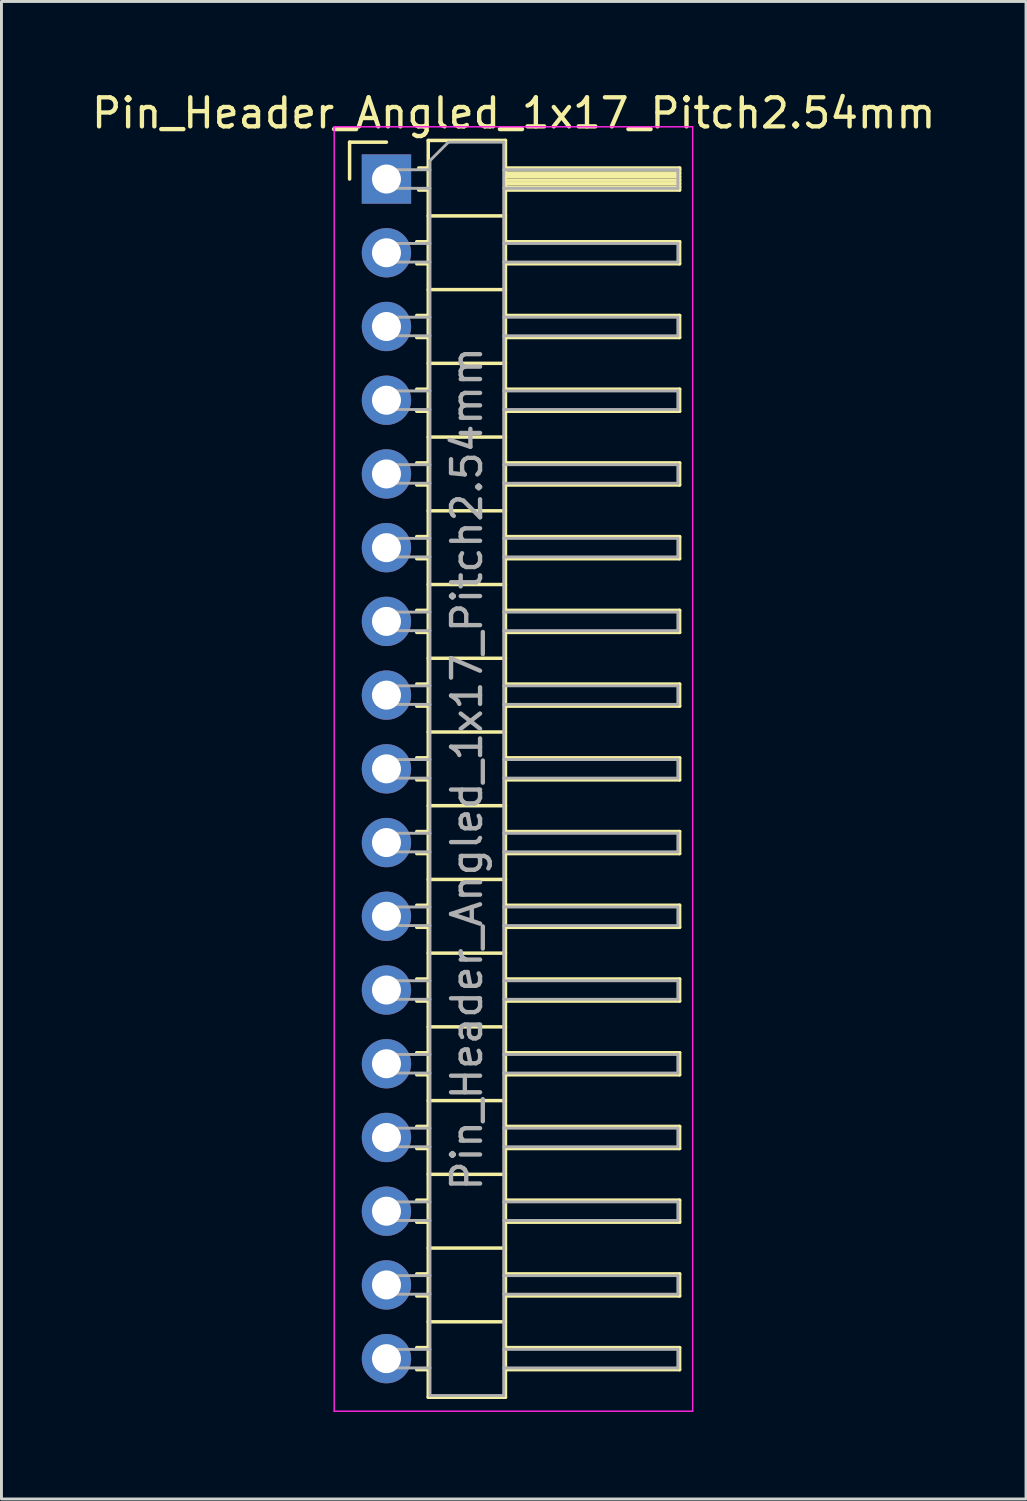
<source format=kicad_pcb>
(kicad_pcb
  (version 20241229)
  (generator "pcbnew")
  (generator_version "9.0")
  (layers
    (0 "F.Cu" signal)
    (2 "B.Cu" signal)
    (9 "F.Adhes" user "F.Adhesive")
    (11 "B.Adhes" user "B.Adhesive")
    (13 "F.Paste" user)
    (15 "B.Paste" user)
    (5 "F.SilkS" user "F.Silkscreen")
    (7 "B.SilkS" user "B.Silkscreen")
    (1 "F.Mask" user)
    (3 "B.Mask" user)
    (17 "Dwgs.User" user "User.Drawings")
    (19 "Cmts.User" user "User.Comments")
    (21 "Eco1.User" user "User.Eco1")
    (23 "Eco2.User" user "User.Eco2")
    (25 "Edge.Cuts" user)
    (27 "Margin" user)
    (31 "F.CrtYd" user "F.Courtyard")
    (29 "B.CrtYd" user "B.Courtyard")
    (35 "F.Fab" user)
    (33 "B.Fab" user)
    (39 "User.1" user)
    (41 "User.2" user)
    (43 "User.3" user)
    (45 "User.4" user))
  (footprint "Pin_Header_Angled_1x17_Pitch2.54mm"
    (layer "F.Cu")
    (at 10.264 3.118)
    (property "Reference" "Pin_Header_Angled_1x17_Pitch2.54mm" (at 4.385 -2.27 0) (layer "F.SilkS") (effects (font (size 1 1) (thickness 0.15))))
    (attr through_hole)
    (fp_line (start -1.27 -1.27) (end 0 -1.27) (stroke (width 0.12) (type solid)) (layer "F.SilkS"))
    (fp_line (start -1.27 0) (end -1.27 -1.27) (stroke (width 0.12) (type solid)) (layer "F.SilkS"))
    (fp_line (start 1.043 2.16) (end 1.44 2.16) (stroke (width 0.12) (type solid)) (layer "F.SilkS"))
    (fp_line (start 1.043 2.92) (end 1.44 2.92) (stroke (width 0.12) (type solid)) (layer "F.SilkS"))
    (fp_line (start 1.043 4.7) (end 1.44 4.7) (stroke (width 0.12) (type solid)) (layer "F.SilkS"))
    (fp_line (start 1.043 5.46) (end 1.44 5.46) (stroke (width 0.12) (type solid)) (layer "F.SilkS"))
    (fp_line (start 1.043 7.24) (end 1.44 7.24) (stroke (width 0.12) (type solid)) (layer "F.SilkS"))
    (fp_line (start 1.043 8) (end 1.44 8) (stroke (width 0.12) (type solid)) (layer "F.SilkS"))
    (fp_line (start 1.043 9.78) (end 1.44 9.78) (stroke (width 0.12) (type solid)) (layer "F.SilkS"))
    (fp_line (start 1.043 10.54) (end 1.44 10.54) (stroke (width 0.12) (type solid)) (layer "F.SilkS"))
    (fp_line (start 1.043 12.32) (end 1.44 12.32) (stroke (width 0.12) (type solid)) (layer "F.SilkS"))
    (fp_line (start 1.043 13.08) (end 1.44 13.08) (stroke (width 0.12) (type solid)) (layer "F.SilkS"))
    (fp_line (start 1.043 14.86) (end 1.44 14.86) (stroke (width 0.12) (type solid)) (layer "F.SilkS"))
    (fp_line (start 1.043 15.62) (end 1.44 15.62) (stroke (width 0.12) (type solid)) (layer "F.SilkS"))
    (fp_line (start 1.043 17.4) (end 1.44 17.4) (stroke (width 0.12) (type solid)) (layer "F.SilkS"))
    (fp_line (start 1.043 18.16) (end 1.44 18.16) (stroke (width 0.12) (type solid)) (layer "F.SilkS"))
    (fp_line (start 1.043 19.94) (end 1.44 19.94) (stroke (width 0.12) (type solid)) (layer "F.SilkS"))
    (fp_line (start 1.043 20.7) (end 1.44 20.7) (stroke (width 0.12) (type solid)) (layer "F.SilkS"))
    (fp_line (start 1.043 22.48) (end 1.44 22.48) (stroke (width 0.12) (type solid)) (layer "F.SilkS"))
    (fp_line (start 1.043 23.24) (end 1.44 23.24) (stroke (width 0.12) (type solid)) (layer "F.SilkS"))
    (fp_line (start 1.043 25.02) (end 1.44 25.02) (stroke (width 0.12) (type solid)) (layer "F.SilkS"))
    (fp_line (start 1.043 25.78) (end 1.44 25.78) (stroke (width 0.12) (type solid)) (layer "F.SilkS"))
    (fp_line (start 1.043 27.56) (end 1.44 27.56) (stroke (width 0.12) (type solid)) (layer "F.SilkS"))
    (fp_line (start 1.043 28.32) (end 1.44 28.32) (stroke (width 0.12) (type solid)) (layer "F.SilkS"))
    (fp_line (start 1.043 30.1) (end 1.44 30.1) (stroke (width 0.12) (type solid)) (layer "F.SilkS"))
    (fp_line (start 1.043 30.86) (end 1.44 30.86) (stroke (width 0.12) (type solid)) (layer "F.SilkS"))
    (fp_line (start 1.043 32.64) (end 1.44 32.64) (stroke (width 0.12) (type solid)) (layer "F.SilkS"))
    (fp_line (start 1.043 33.4) (end 1.44 33.4) (stroke (width 0.12) (type solid)) (layer "F.SilkS"))
    (fp_line (start 1.043 35.18) (end 1.44 35.18) (stroke (width 0.12) (type solid)) (layer "F.SilkS"))
    (fp_line (start 1.043 35.94) (end 1.44 35.94) (stroke (width 0.12) (type solid)) (layer "F.SilkS"))
    (fp_line (start 1.043 37.72) (end 1.44 37.72) (stroke (width 0.12) (type solid)) (layer "F.SilkS"))
    (fp_line (start 1.043 38.48) (end 1.44 38.48) (stroke (width 0.12) (type solid)) (layer "F.SilkS"))
    (fp_line (start 1.043 40.26) (end 1.44 40.26) (stroke (width 0.12) (type solid)) (layer "F.SilkS"))
    (fp_line (start 1.043 41.02) (end 1.44 41.02) (stroke (width 0.12) (type solid)) (layer "F.SilkS"))
    (fp_line (start 1.11 -0.38) (end 1.44 -0.38) (stroke (width 0.12) (type solid)) (layer "F.SilkS"))
    (fp_line (start 1.11 0.38) (end 1.44 0.38) (stroke (width 0.12) (type solid)) (layer "F.SilkS"))
    (fp_line (start 1.44 -1.33) (end 1.44 41.97) (stroke (width 0.12) (type solid)) (layer "F.SilkS"))
    (fp_line (start 1.44 1.27) (end 4.1 1.27) (stroke (width 0.12) (type solid)) (layer "F.SilkS"))
    (fp_line (start 1.44 3.81) (end 4.1 3.81) (stroke (width 0.12) (type solid)) (layer "F.SilkS"))
    (fp_line (start 1.44 6.35) (end 4.1 6.35) (stroke (width 0.12) (type solid)) (layer "F.SilkS"))
    (fp_line (start 1.44 8.89) (end 4.1 8.89) (stroke (width 0.12) (type solid)) (layer "F.SilkS"))
    (fp_line (start 1.44 11.43) (end 4.1 11.43) (stroke (width 0.12) (type solid)) (layer "F.SilkS"))
    (fp_line (start 1.44 13.97) (end 4.1 13.97) (stroke (width 0.12) (type solid)) (layer "F.SilkS"))
    (fp_line (start 1.44 16.51) (end 4.1 16.51) (stroke (width 0.12) (type solid)) (layer "F.SilkS"))
    (fp_line (start 1.44 19.05) (end 4.1 19.05) (stroke (width 0.12) (type solid)) (layer "F.SilkS"))
    (fp_line (start 1.44 21.59) (end 4.1 21.59) (stroke (width 0.12) (type solid)) (layer "F.SilkS"))
    (fp_line (start 1.44 24.13) (end 4.1 24.13) (stroke (width 0.12) (type solid)) (layer "F.SilkS"))
    (fp_line (start 1.44 26.67) (end 4.1 26.67) (stroke (width 0.12) (type solid)) (layer "F.SilkS"))
    (fp_line (start 1.44 29.21) (end 4.1 29.21) (stroke (width 0.12) (type solid)) (layer "F.SilkS"))
    (fp_line (start 1.44 31.75) (end 4.1 31.75) (stroke (width 0.12) (type solid)) (layer "F.SilkS"))
    (fp_line (start 1.44 34.29) (end 4.1 34.29) (stroke (width 0.12) (type solid)) (layer "F.SilkS"))
    (fp_line (start 1.44 36.83) (end 4.1 36.83) (stroke (width 0.12) (type solid)) (layer "F.SilkS"))
    (fp_line (start 1.44 39.37) (end 4.1 39.37) (stroke (width 0.12) (type solid)) (layer "F.SilkS"))
    (fp_line (start 1.44 41.97) (end 4.1 41.97) (stroke (width 0.12) (type solid)) (layer "F.SilkS"))
    (fp_line (start 4.1 -1.33) (end 1.44 -1.33) (stroke (width 0.12) (type solid)) (layer "F.SilkS"))
    (fp_line (start 4.1 -0.38) (end 10.1 -0.38) (stroke (width 0.12) (type solid)) (layer "F.SilkS"))
    (fp_line (start 4.1 -0.32) (end 10.1 -0.32) (stroke (width 0.12) (type solid)) (layer "F.SilkS"))
    (fp_line (start 4.1 -0.2) (end 10.1 -0.2) (stroke (width 0.12) (type solid)) (layer "F.SilkS"))
    (fp_line (start 4.1 -0.08) (end 10.1 -0.08) (stroke (width 0.12) (type solid)) (layer "F.SilkS"))
    (fp_line (start 4.1 0.04) (end 10.1 0.04) (stroke (width 0.12) (type solid)) (layer "F.SilkS"))
    (fp_line (start 4.1 0.16) (end 10.1 0.16) (stroke (width 0.12) (type solid)) (layer "F.SilkS"))
    (fp_line (start 4.1 0.28) (end 10.1 0.28) (stroke (width 0.12) (type solid)) (layer "F.SilkS"))
    (fp_line (start 4.1 2.16) (end 10.1 2.16) (stroke (width 0.12) (type solid)) (layer "F.SilkS"))
    (fp_line (start 4.1 4.7) (end 10.1 4.7) (stroke (width 0.12) (type solid)) (layer "F.SilkS"))
    (fp_line (start 4.1 7.24) (end 10.1 7.24) (stroke (width 0.12) (type solid)) (layer "F.SilkS"))
    (fp_line (start 4.1 9.78) (end 10.1 9.78) (stroke (width 0.12) (type solid)) (layer "F.SilkS"))
    (fp_line (start 4.1 12.32) (end 10.1 12.32) (stroke (width 0.12) (type solid)) (layer "F.SilkS"))
    (fp_line (start 4.1 14.86) (end 10.1 14.86) (stroke (width 0.12) (type solid)) (layer "F.SilkS"))
    (fp_line (start 4.1 17.4) (end 10.1 17.4) (stroke (width 0.12) (type solid)) (layer "F.SilkS"))
    (fp_line (start 4.1 19.94) (end 10.1 19.94) (stroke (width 0.12) (type solid)) (layer "F.SilkS"))
    (fp_line (start 4.1 22.48) (end 10.1 22.48) (stroke (width 0.12) (type solid)) (layer "F.SilkS"))
    (fp_line (start 4.1 25.02) (end 10.1 25.02) (stroke (width 0.12) (type solid)) (layer "F.SilkS"))
    (fp_line (start 4.1 27.56) (end 10.1 27.56) (stroke (width 0.12) (type solid)) (layer "F.SilkS"))
    (fp_line (start 4.1 30.1) (end 10.1 30.1) (stroke (width 0.12) (type solid)) (layer "F.SilkS"))
    (fp_line (start 4.1 32.64) (end 10.1 32.64) (stroke (width 0.12) (type solid)) (layer "F.SilkS"))
    (fp_line (start 4.1 35.18) (end 10.1 35.18) (stroke (width 0.12) (type solid)) (layer "F.SilkS"))
    (fp_line (start 4.1 37.72) (end 10.1 37.72) (stroke (width 0.12) (type solid)) (layer "F.SilkS"))
    (fp_line (start 4.1 40.26) (end 10.1 40.26) (stroke (width 0.12) (type solid)) (layer "F.SilkS"))
    (fp_line (start 4.1 41.97) (end 4.1 -1.33) (stroke (width 0.12) (type solid)) (layer "F.SilkS"))
    (fp_line (start 10.1 -0.38) (end 10.1 0.38) (stroke (width 0.12) (type solid)) (layer "F.SilkS"))
    (fp_line (start 10.1 0.38) (end 4.1 0.38) (stroke (width 0.12) (type solid)) (layer "F.SilkS"))
    (fp_line (start 10.1 2.16) (end 10.1 2.92) (stroke (width 0.12) (type solid)) (layer "F.SilkS"))
    (fp_line (start 10.1 2.92) (end 4.1 2.92) (stroke (width 0.12) (type solid)) (layer "F.SilkS"))
    (fp_line (start 10.1 4.7) (end 10.1 5.46) (stroke (width 0.12) (type solid)) (layer "F.SilkS"))
    (fp_line (start 10.1 5.46) (end 4.1 5.46) (stroke (width 0.12) (type solid)) (layer "F.SilkS"))
    (fp_line (start 10.1 7.24) (end 10.1 8) (stroke (width 0.12) (type solid)) (layer "F.SilkS"))
    (fp_line (start 10.1 8) (end 4.1 8) (stroke (width 0.12) (type solid)) (layer "F.SilkS"))
    (fp_line (start 10.1 9.78) (end 10.1 10.54) (stroke (width 0.12) (type solid)) (layer "F.SilkS"))
    (fp_line (start 10.1 10.54) (end 4.1 10.54) (stroke (width 0.12) (type solid)) (layer "F.SilkS"))
    (fp_line (start 10.1 12.32) (end 10.1 13.08) (stroke (width 0.12) (type solid)) (layer "F.SilkS"))
    (fp_line (start 10.1 13.08) (end 4.1 13.08) (stroke (width 0.12) (type solid)) (layer "F.SilkS"))
    (fp_line (start 10.1 14.86) (end 10.1 15.62) (stroke (width 0.12) (type solid)) (layer "F.SilkS"))
    (fp_line (start 10.1 15.62) (end 4.1 15.62) (stroke (width 0.12) (type solid)) (layer "F.SilkS"))
    (fp_line (start 10.1 17.4) (end 10.1 18.16) (stroke (width 0.12) (type solid)) (layer "F.SilkS"))
    (fp_line (start 10.1 18.16) (end 4.1 18.16) (stroke (width 0.12) (type solid)) (layer "F.SilkS"))
    (fp_line (start 10.1 19.94) (end 10.1 20.7) (stroke (width 0.12) (type solid)) (layer "F.SilkS"))
    (fp_line (start 10.1 20.7) (end 4.1 20.7) (stroke (width 0.12) (type solid)) (layer "F.SilkS"))
    (fp_line (start 10.1 22.48) (end 10.1 23.24) (stroke (width 0.12) (type solid)) (layer "F.SilkS"))
    (fp_line (start 10.1 23.24) (end 4.1 23.24) (stroke (width 0.12) (type solid)) (layer "F.SilkS"))
    (fp_line (start 10.1 25.02) (end 10.1 25.78) (stroke (width 0.12) (type solid)) (layer "F.SilkS"))
    (fp_line (start 10.1 25.78) (end 4.1 25.78) (stroke (width 0.12) (type solid)) (layer "F.SilkS"))
    (fp_line (start 10.1 27.56) (end 10.1 28.32) (stroke (width 0.12) (type solid)) (layer "F.SilkS"))
    (fp_line (start 10.1 28.32) (end 4.1 28.32) (stroke (width 0.12) (type solid)) (layer "F.SilkS"))
    (fp_line (start 10.1 30.1) (end 10.1 30.86) (stroke (width 0.12) (type solid)) (layer "F.SilkS"))
    (fp_line (start 10.1 30.86) (end 4.1 30.86) (stroke (width 0.12) (type solid)) (layer "F.SilkS"))
    (fp_line (start 10.1 32.64) (end 10.1 33.4) (stroke (width 0.12) (type solid)) (layer "F.SilkS"))
    (fp_line (start 10.1 33.4) (end 4.1 33.4) (stroke (width 0.12) (type solid)) (layer "F.SilkS"))
    (fp_line (start 10.1 35.18) (end 10.1 35.94) (stroke (width 0.12) (type solid)) (layer "F.SilkS"))
    (fp_line (start 10.1 35.94) (end 4.1 35.94) (stroke (width 0.12) (type solid)) (layer "F.SilkS"))
    (fp_line (start 10.1 37.72) (end 10.1 38.48) (stroke (width 0.12) (type solid)) (layer "F.SilkS"))
    (fp_line (start 10.1 38.48) (end 4.1 38.48) (stroke (width 0.12) (type solid)) (layer "F.SilkS"))
    (fp_line (start 10.1 40.26) (end 10.1 41.02) (stroke (width 0.12) (type solid)) (layer "F.SilkS"))
    (fp_line (start 10.1 41.02) (end 4.1 41.02) (stroke (width 0.12) (type solid)) (layer "F.SilkS"))
    (fp_line (start -1.8 -1.8) (end -1.8 42.45) (stroke (width 0.05) (type solid)) (layer "F.CrtYd"))
    (fp_line (start -1.8 42.45) (end 10.55 42.45) (stroke (width 0.05) (type solid)) (layer "F.CrtYd"))
    (fp_line (start 10.55 -1.8) (end -1.8 -1.8) (stroke (width 0.05) (type solid)) (layer "F.CrtYd"))
    (fp_line (start 10.55 42.45) (end 10.55 -1.8) (stroke (width 0.05) (type solid)) (layer "F.CrtYd"))
    (fp_line (start -0.32 -0.32) (end -0.32 0.32) (stroke (width 0.1) (type solid)) (layer "F.Fab"))
    (fp_line (start -0.32 -0.32) (end 1.5 -0.32) (stroke (width 0.1) (type solid)) (layer "F.Fab"))
    (fp_line (start -0.32 0.32) (end 1.5 0.32) (stroke (width 0.1) (type solid)) (layer "F.Fab"))
    (fp_line (start -0.32 2.22) (end -0.32 2.86) (stroke (width 0.1) (type solid)) (layer "F.Fab"))
    (fp_line (start -0.32 2.22) (end 1.5 2.22) (stroke (width 0.1) (type solid)) (layer "F.Fab"))
    (fp_line (start -0.32 2.86) (end 1.5 2.86) (stroke (width 0.1) (type solid)) (layer "F.Fab"))
    (fp_line (start -0.32 4.76) (end -0.32 5.4) (stroke (width 0.1) (type solid)) (layer "F.Fab"))
    (fp_line (start -0.32 4.76) (end 1.5 4.76) (stroke (width 0.1) (type solid)) (layer "F.Fab"))
    (fp_line (start -0.32 5.4) (end 1.5 5.4) (stroke (width 0.1) (type solid)) (layer "F.Fab"))
    (fp_line (start -0.32 7.3) (end -0.32 7.94) (stroke (width 0.1) (type solid)) (layer "F.Fab"))
    (fp_line (start -0.32 7.3) (end 1.5 7.3) (stroke (width 0.1) (type solid)) (layer "F.Fab"))
    (fp_line (start -0.32 7.94) (end 1.5 7.94) (stroke (width 0.1) (type solid)) (layer "F.Fab"))
    (fp_line (start -0.32 9.84) (end -0.32 10.48) (stroke (width 0.1) (type solid)) (layer "F.Fab"))
    (fp_line (start -0.32 9.84) (end 1.5 9.84) (stroke (width 0.1) (type solid)) (layer "F.Fab"))
    (fp_line (start -0.32 10.48) (end 1.5 10.48) (stroke (width 0.1) (type solid)) (layer "F.Fab"))
    (fp_line (start -0.32 12.38) (end -0.32 13.02) (stroke (width 0.1) (type solid)) (layer "F.Fab"))
    (fp_line (start -0.32 12.38) (end 1.5 12.38) (stroke (width 0.1) (type solid)) (layer "F.Fab"))
    (fp_line (start -0.32 13.02) (end 1.5 13.02) (stroke (width 0.1) (type solid)) (layer "F.Fab"))
    (fp_line (start -0.32 14.92) (end -0.32 15.56) (stroke (width 0.1) (type solid)) (layer "F.Fab"))
    (fp_line (start -0.32 14.92) (end 1.5 14.92) (stroke (width 0.1) (type solid)) (layer "F.Fab"))
    (fp_line (start -0.32 15.56) (end 1.5 15.56) (stroke (width 0.1) (type solid)) (layer "F.Fab"))
    (fp_line (start -0.32 17.46) (end -0.32 18.1) (stroke (width 0.1) (type solid)) (layer "F.Fab"))
    (fp_line (start -0.32 17.46) (end 1.5 17.46) (stroke (width 0.1) (type solid)) (layer "F.Fab"))
    (fp_line (start -0.32 18.1) (end 1.5 18.1) (stroke (width 0.1) (type solid)) (layer "F.Fab"))
    (fp_line (start -0.32 20) (end -0.32 20.64) (stroke (width 0.1) (type solid)) (layer "F.Fab"))
    (fp_line (start -0.32 20) (end 1.5 20) (stroke (width 0.1) (type solid)) (layer "F.Fab"))
    (fp_line (start -0.32 20.64) (end 1.5 20.64) (stroke (width 0.1) (type solid)) (layer "F.Fab"))
    (fp_line (start -0.32 22.54) (end -0.32 23.18) (stroke (width 0.1) (type solid)) (layer "F.Fab"))
    (fp_line (start -0.32 22.54) (end 1.5 22.54) (stroke (width 0.1) (type solid)) (layer "F.Fab"))
    (fp_line (start -0.32 23.18) (end 1.5 23.18) (stroke (width 0.1) (type solid)) (layer "F.Fab"))
    (fp_line (start -0.32 25.08) (end -0.32 25.72) (stroke (width 0.1) (type solid)) (layer "F.Fab"))
    (fp_line (start -0.32 25.08) (end 1.5 25.08) (stroke (width 0.1) (type solid)) (layer "F.Fab"))
    (fp_line (start -0.32 25.72) (end 1.5 25.72) (stroke (width 0.1) (type solid)) (layer "F.Fab"))
    (fp_line (start -0.32 27.62) (end -0.32 28.26) (stroke (width 0.1) (type solid)) (layer "F.Fab"))
    (fp_line (start -0.32 27.62) (end 1.5 27.62) (stroke (width 0.1) (type solid)) (layer "F.Fab"))
    (fp_line (start -0.32 28.26) (end 1.5 28.26) (stroke (width 0.1) (type solid)) (layer "F.Fab"))
    (fp_line (start -0.32 30.16) (end -0.32 30.8) (stroke (width 0.1) (type solid)) (layer "F.Fab"))
    (fp_line (start -0.32 30.16) (end 1.5 30.16) (stroke (width 0.1) (type solid)) (layer "F.Fab"))
    (fp_line (start -0.32 30.8) (end 1.5 30.8) (stroke (width 0.1) (type solid)) (layer "F.Fab"))
    (fp_line (start -0.32 32.7) (end -0.32 33.34) (stroke (width 0.1) (type solid)) (layer "F.Fab"))
    (fp_line (start -0.32 32.7) (end 1.5 32.7) (stroke (width 0.1) (type solid)) (layer "F.Fab"))
    (fp_line (start -0.32 33.34) (end 1.5 33.34) (stroke (width 0.1) (type solid)) (layer "F.Fab"))
    (fp_line (start -0.32 35.24) (end -0.32 35.88) (stroke (width 0.1) (type solid)) (layer "F.Fab"))
    (fp_line (start -0.32 35.24) (end 1.5 35.24) (stroke (width 0.1) (type solid)) (layer "F.Fab"))
    (fp_line (start -0.32 35.88) (end 1.5 35.88) (stroke (width 0.1) (type solid)) (layer "F.Fab"))
    (fp_line (start -0.32 37.78) (end -0.32 38.42) (stroke (width 0.1) (type solid)) (layer "F.Fab"))
    (fp_line (start -0.32 37.78) (end 1.5 37.78) (stroke (width 0.1) (type solid)) (layer "F.Fab"))
    (fp_line (start -0.32 38.42) (end 1.5 38.42) (stroke (width 0.1) (type solid)) (layer "F.Fab"))
    (fp_line (start -0.32 40.32) (end -0.32 40.96) (stroke (width 0.1) (type solid)) (layer "F.Fab"))
    (fp_line (start -0.32 40.32) (end 1.5 40.32) (stroke (width 0.1) (type solid)) (layer "F.Fab"))
    (fp_line (start -0.32 40.96) (end 1.5 40.96) (stroke (width 0.1) (type solid)) (layer "F.Fab"))
    (fp_line (start 1.5 -0.635) (end 2.135 -1.27) (stroke (width 0.1) (type solid)) (layer "F.Fab"))
    (fp_line (start 1.5 41.91) (end 1.5 -0.635) (stroke (width 0.1) (type solid)) (layer "F.Fab"))
    (fp_line (start 2.135 -1.27) (end 4.04 -1.27) (stroke (width 0.1) (type solid)) (layer "F.Fab"))
    (fp_line (start 4.04 -1.27) (end 4.04 41.91) (stroke (width 0.1) (type solid)) (layer "F.Fab"))
    (fp_line (start 4.04 -0.32) (end 10.04 -0.32) (stroke (width 0.1) (type solid)) (layer "F.Fab"))
    (fp_line (start 4.04 0.32) (end 10.04 0.32) (stroke (width 0.1) (type solid)) (layer "F.Fab"))
    (fp_line (start 4.04 2.22) (end 10.04 2.22) (stroke (width 0.1) (type solid)) (layer "F.Fab"))
    (fp_line (start 4.04 2.86) (end 10.04 2.86) (stroke (width 0.1) (type solid)) (layer "F.Fab"))
    (fp_line (start 4.04 4.76) (end 10.04 4.76) (stroke (width 0.1) (type solid)) (layer "F.Fab"))
    (fp_line (start 4.04 5.4) (end 10.04 5.4) (stroke (width 0.1) (type solid)) (layer "F.Fab"))
    (fp_line (start 4.04 7.3) (end 10.04 7.3) (stroke (width 0.1) (type solid)) (layer "F.Fab"))
    (fp_line (start 4.04 7.94) (end 10.04 7.94) (stroke (width 0.1) (type solid)) (layer "F.Fab"))
    (fp_line (start 4.04 9.84) (end 10.04 9.84) (stroke (width 0.1) (type solid)) (layer "F.Fab"))
    (fp_line (start 4.04 10.48) (end 10.04 10.48) (stroke (width 0.1) (type solid)) (layer "F.Fab"))
    (fp_line (start 4.04 12.38) (end 10.04 12.38) (stroke (width 0.1) (type solid)) (layer "F.Fab"))
    (fp_line (start 4.04 13.02) (end 10.04 13.02) (stroke (width 0.1) (type solid)) (layer "F.Fab"))
    (fp_line (start 4.04 14.92) (end 10.04 14.92) (stroke (width 0.1) (type solid)) (layer "F.Fab"))
    (fp_line (start 4.04 15.56) (end 10.04 15.56) (stroke (width 0.1) (type solid)) (layer "F.Fab"))
    (fp_line (start 4.04 17.46) (end 10.04 17.46) (stroke (width 0.1) (type solid)) (layer "F.Fab"))
    (fp_line (start 4.04 18.1) (end 10.04 18.1) (stroke (width 0.1) (type solid)) (layer "F.Fab"))
    (fp_line (start 4.04 20) (end 10.04 20) (stroke (width 0.1) (type solid)) (layer "F.Fab"))
    (fp_line (start 4.04 20.64) (end 10.04 20.64) (stroke (width 0.1) (type solid)) (layer "F.Fab"))
    (fp_line (start 4.04 22.54) (end 10.04 22.54) (stroke (width 0.1) (type solid)) (layer "F.Fab"))
    (fp_line (start 4.04 23.18) (end 10.04 23.18) (stroke (width 0.1) (type solid)) (layer "F.Fab"))
    (fp_line (start 4.04 25.08) (end 10.04 25.08) (stroke (width 0.1) (type solid)) (layer "F.Fab"))
    (fp_line (start 4.04 25.72) (end 10.04 25.72) (stroke (width 0.1) (type solid)) (layer "F.Fab"))
    (fp_line (start 4.04 27.62) (end 10.04 27.62) (stroke (width 0.1) (type solid)) (layer "F.Fab"))
    (fp_line (start 4.04 28.26) (end 10.04 28.26) (stroke (width 0.1) (type solid)) (layer "F.Fab"))
    (fp_line (start 4.04 30.16) (end 10.04 30.16) (stroke (width 0.1) (type solid)) (layer "F.Fab"))
    (fp_line (start 4.04 30.8) (end 10.04 30.8) (stroke (width 0.1) (type solid)) (layer "F.Fab"))
    (fp_line (start 4.04 32.7) (end 10.04 32.7) (stroke (width 0.1) (type solid)) (layer "F.Fab"))
    (fp_line (start 4.04 33.34) (end 10.04 33.34) (stroke (width 0.1) (type solid)) (layer "F.Fab"))
    (fp_line (start 4.04 35.24) (end 10.04 35.24) (stroke (width 0.1) (type solid)) (layer "F.Fab"))
    (fp_line (start 4.04 35.88) (end 10.04 35.88) (stroke (width 0.1) (type solid)) (layer "F.Fab"))
    (fp_line (start 4.04 37.78) (end 10.04 37.78) (stroke (width 0.1) (type solid)) (layer "F.Fab"))
    (fp_line (start 4.04 38.42) (end 10.04 38.42) (stroke (width 0.1) (type solid)) (layer "F.Fab"))
    (fp_line (start 4.04 40.32) (end 10.04 40.32) (stroke (width 0.1) (type solid)) (layer "F.Fab"))
    (fp_line (start 4.04 40.96) (end 10.04 40.96) (stroke (width 0.1) (type solid)) (layer "F.Fab"))
    (fp_line (start 4.04 41.91) (end 1.5 41.91) (stroke (width 0.1) (type solid)) (layer "F.Fab"))
    (fp_line (start 10.04 -0.32) (end 10.04 0.32) (stroke (width 0.1) (type solid)) (layer "F.Fab"))
    (fp_line (start 10.04 2.22) (end 10.04 2.86) (stroke (width 0.1) (type solid)) (layer "F.Fab"))
    (fp_line (start 10.04 4.76) (end 10.04 5.4) (stroke (width 0.1) (type solid)) (layer "F.Fab"))
    (fp_line (start 10.04 7.3) (end 10.04 7.94) (stroke (width 0.1) (type solid)) (layer "F.Fab"))
    (fp_line (start 10.04 9.84) (end 10.04 10.48) (stroke (width 0.1) (type solid)) (layer "F.Fab"))
    (fp_line (start 10.04 12.38) (end 10.04 13.02) (stroke (width 0.1) (type solid)) (layer "F.Fab"))
    (fp_line (start 10.04 14.92) (end 10.04 15.56) (stroke (width 0.1) (type solid)) (layer "F.Fab"))
    (fp_line (start 10.04 17.46) (end 10.04 18.1) (stroke (width 0.1) (type solid)) (layer "F.Fab"))
    (fp_line (start 10.04 20) (end 10.04 20.64) (stroke (width 0.1) (type solid)) (layer "F.Fab"))
    (fp_line (start 10.04 22.54) (end 10.04 23.18) (stroke (width 0.1) (type solid)) (layer "F.Fab"))
    (fp_line (start 10.04 25.08) (end 10.04 25.72) (stroke (width 0.1) (type solid)) (layer "F.Fab"))
    (fp_line (start 10.04 27.62) (end 10.04 28.26) (stroke (width 0.1) (type solid)) (layer "F.Fab"))
    (fp_line (start 10.04 30.16) (end 10.04 30.8) (stroke (width 0.1) (type solid)) (layer "F.Fab"))
    (fp_line (start 10.04 32.7) (end 10.04 33.34) (stroke (width 0.1) (type solid)) (layer "F.Fab"))
    (fp_line (start 10.04 35.24) (end 10.04 35.88) (stroke (width 0.1) (type solid)) (layer "F.Fab"))
    (fp_line (start 10.04 37.78) (end 10.04 38.42) (stroke (width 0.1) (type solid)) (layer "F.Fab"))
    (fp_line (start 10.04 40.32) (end 10.04 40.96) (stroke (width 0.1) (type solid)) (layer "F.Fab"))
    (fp_text user "${REFERENCE}" (at 2.77 20.32 90) (layer "F.Fab") (effects (font (size 1 1) (thickness 0.15))))
    (pad "1" thru_hole rect (at 0 0) (size 1.7 1.7) (drill 1) (layers "*.Cu" "*.Mask"))
    (pad "2" thru_hole oval (at 0 2.54) (size 1.7 1.7) (drill 1) (layers "*.Cu" "*.Mask"))
    (pad "3" thru_hole oval (at 0 5.08) (size 1.7 1.7) (drill 1) (layers "*.Cu" "*.Mask"))
    (pad "4" thru_hole oval (at 0 7.62) (size 1.7 1.7) (drill 1) (layers "*.Cu" "*.Mask"))
    (pad "5" thru_hole oval (at 0 10.16) (size 1.7 1.7) (drill 1) (layers "*.Cu" "*.Mask"))
    (pad "6" thru_hole oval (at 0 12.7) (size 1.7 1.7) (drill 1) (layers "*.Cu" "*.Mask"))
    (pad "7" thru_hole oval (at 0 15.24) (size 1.7 1.7) (drill 1) (layers "*.Cu" "*.Mask"))
    (pad "8" thru_hole oval (at 0 17.78) (size 1.7 1.7) (drill 1) (layers "*.Cu" "*.Mask"))
    (pad "9" thru_hole oval (at 0 20.32) (size 1.7 1.7) (drill 1) (layers "*.Cu" "*.Mask"))
    (pad "10" thru_hole oval (at 0 22.86) (size 1.7 1.7) (drill 1) (layers "*.Cu" "*.Mask"))
    (pad "11" thru_hole oval (at 0 25.4) (size 1.7 1.7) (drill 1) (layers "*.Cu" "*.Mask"))
    (pad "12" thru_hole oval (at 0 27.94) (size 1.7 1.7) (drill 1) (layers "*.Cu" "*.Mask"))
    (pad "13" thru_hole oval (at 0 30.48) (size 1.7 1.7) (drill 1) (layers "*.Cu" "*.Mask"))
    (pad "14" thru_hole oval (at 0 33.02) (size 1.7 1.7) (drill 1) (layers "*.Cu" "*.Mask"))
    (pad "15" thru_hole oval (at 0 35.56) (size 1.7 1.7) (drill 1) (layers "*.Cu" "*.Mask"))
    (pad "16" thru_hole oval (at 0 38.1) (size 1.7 1.7) (drill 1) (layers "*.Cu" "*.Mask"))
    (pad "17" thru_hole oval (at 0 40.64) (size 1.7 1.7) (drill 1) (layers "*.Cu" "*.Mask")))
  (gr_rect
    (start -3 -3)
    (end 32.298 48.593)
    (stroke (width 0.1) (type default))
    (fill no)
    (layer "Edge.Cuts")))
</source>
